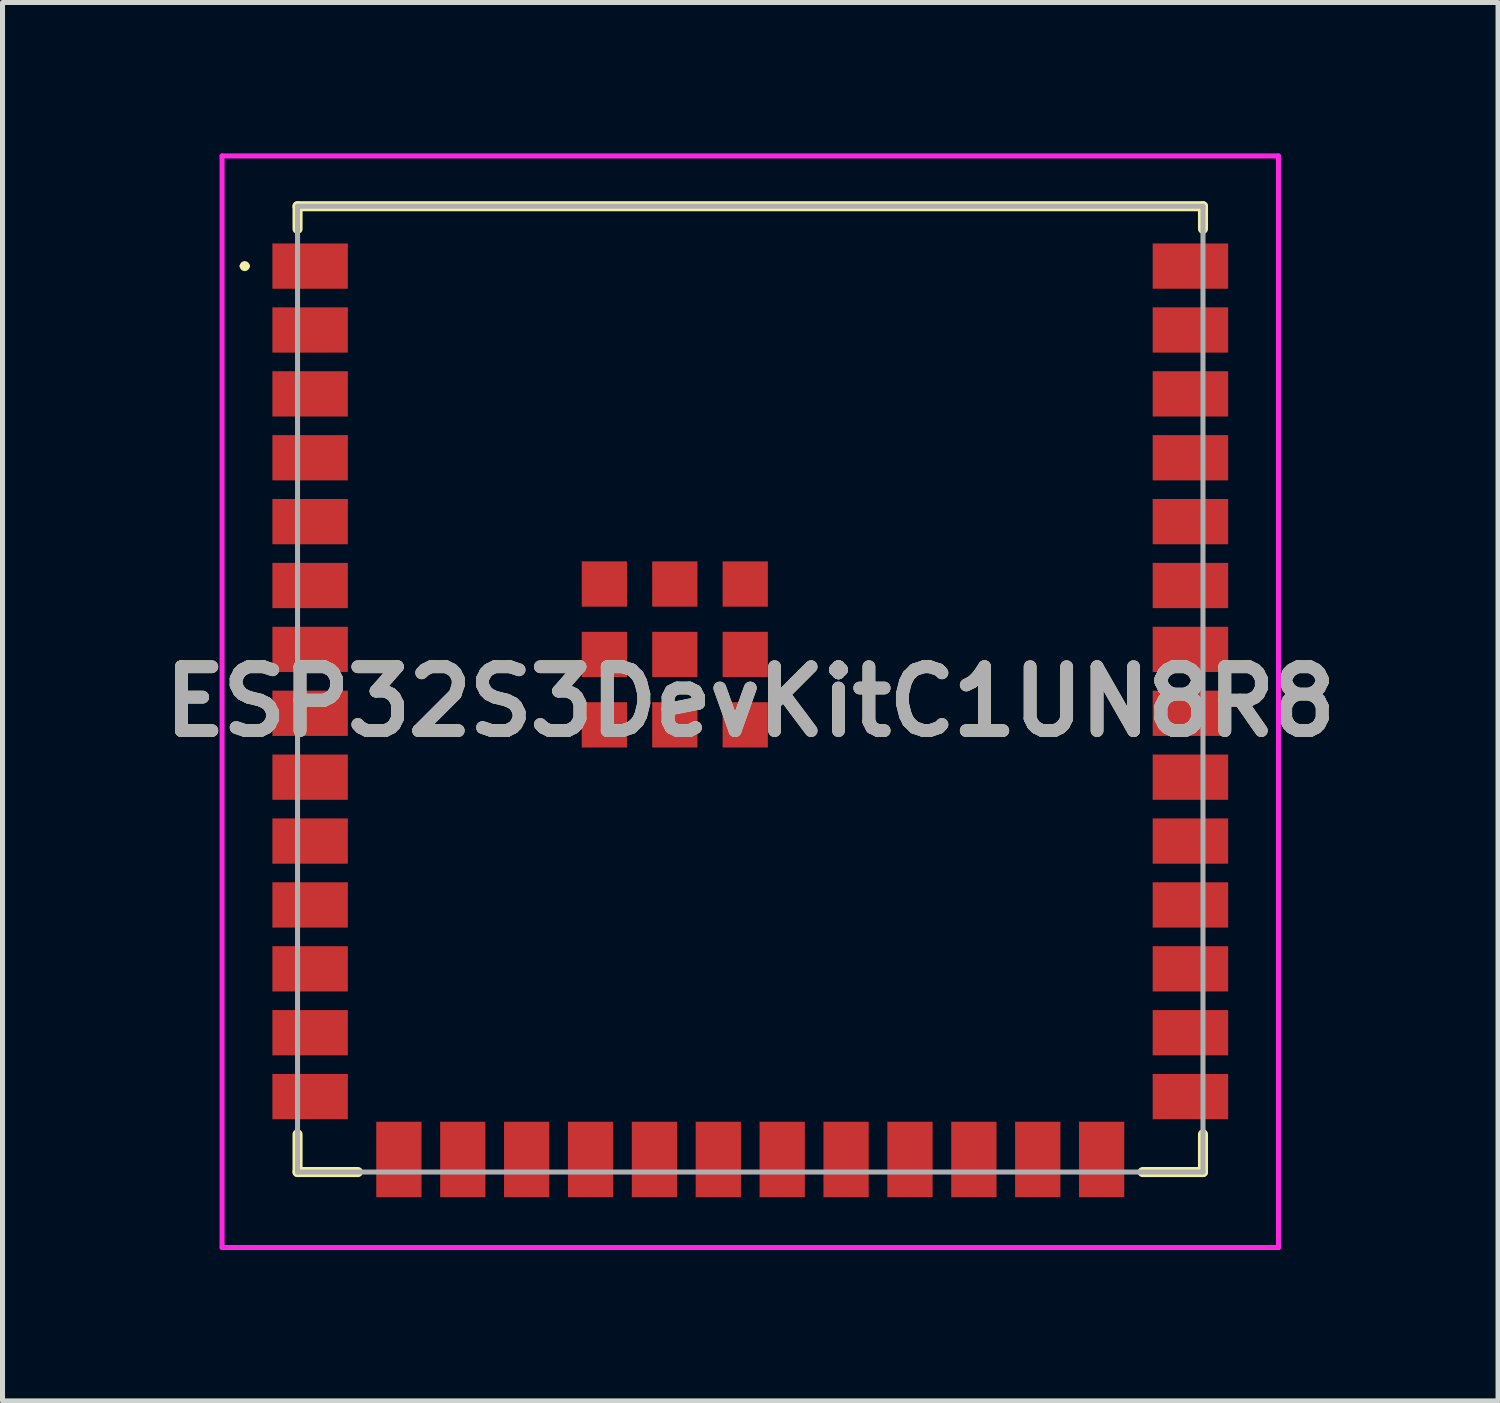
<source format=kicad_pcb>
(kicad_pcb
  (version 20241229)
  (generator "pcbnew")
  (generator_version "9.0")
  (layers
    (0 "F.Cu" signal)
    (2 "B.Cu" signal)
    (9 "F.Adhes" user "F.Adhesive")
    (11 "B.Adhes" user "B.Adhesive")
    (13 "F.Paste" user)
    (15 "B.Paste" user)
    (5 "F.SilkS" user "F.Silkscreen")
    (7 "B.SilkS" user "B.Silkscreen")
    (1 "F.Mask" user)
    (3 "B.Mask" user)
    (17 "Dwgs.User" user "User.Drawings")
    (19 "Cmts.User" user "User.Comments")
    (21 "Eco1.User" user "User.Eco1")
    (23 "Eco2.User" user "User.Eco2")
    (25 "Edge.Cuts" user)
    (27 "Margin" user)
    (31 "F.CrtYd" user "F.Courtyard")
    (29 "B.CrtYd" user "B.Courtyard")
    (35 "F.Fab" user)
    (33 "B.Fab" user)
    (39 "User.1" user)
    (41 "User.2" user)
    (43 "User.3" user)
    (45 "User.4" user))
  (footprint "ESP32S3DevKitC1UN8R8"
    (layer "F.Cu")
    (at 11.865 10.9)
    (property "Reference" "ESP32S3DevKitC1UN8R8" (at 0 0 0) (layer "F.SilkS") (effects (font (size 1.27 1.27) (thickness 0.254))))
    (attr smd)
    (fp_line (start -10.1 -8.66) (end -10.1 -8.66) (stroke (width 0.1) (type solid)) (layer "F.SilkS"))
    (fp_line (start -10 -8.66) (end -10 -8.66) (stroke (width 0.1) (type solid)) (layer "F.SilkS"))
    (fp_line (start -9 -9.85) (end 9 -9.85) (stroke (width 0.2) (type solid)) (layer "F.SilkS"))
    (fp_line (start -9 -9.4) (end -9 -9.85) (stroke (width 0.2) (type solid)) (layer "F.SilkS"))
    (fp_line (start -9 8.6) (end -9 9.35) (stroke (width 0.2) (type solid)) (layer "F.SilkS"))
    (fp_line (start -9 9.35) (end -7.8 9.35) (stroke (width 0.2) (type solid)) (layer "F.SilkS"))
    (fp_line (start 9 -9.85) (end 9 -9.4) (stroke (width 0.2) (type solid)) (layer "F.SilkS"))
    (fp_line (start 9 8.6) (end 9 9.35) (stroke (width 0.2) (type solid)) (layer "F.SilkS"))
    (fp_line (start 9 9.35) (end 7.8 9.35) (stroke (width 0.2) (type solid)) (layer "F.SilkS"))
    (fp_arc (start -10.1 -8.66) (mid -10.05 -8.71) (end -10 -8.66) (stroke (width 0.1) (type solid)) (layer "F.SilkS"))
    (fp_arc (start -10 -8.66) (mid -10.05 -8.61) (end -10.1 -8.66) (stroke (width 0.1) (type solid)) (layer "F.SilkS"))
    (fp_line (start -10.5 -10.85) (end 10.5 -10.85) (stroke (width 0.1) (type solid)) (layer "F.CrtYd"))
    (fp_line (start -10.5 10.85) (end -10.5 -10.85) (stroke (width 0.1) (type solid)) (layer "F.CrtYd"))
    (fp_line (start 10.5 -10.85) (end 10.5 10.85) (stroke (width 0.1) (type solid)) (layer "F.CrtYd"))
    (fp_line (start 10.5 10.85) (end -10.5 10.85) (stroke (width 0.1) (type solid)) (layer "F.CrtYd"))
    (fp_line (start -9 -9.85) (end 9 -9.85) (stroke (width 0.1) (type solid)) (layer "F.Fab"))
    (fp_line (start -9 9.35) (end -9 -9.85) (stroke (width 0.1) (type solid)) (layer "F.Fab"))
    (fp_line (start 9 -9.85) (end 9 9.35) (stroke (width 0.1) (type solid)) (layer "F.Fab"))
    (fp_line (start 9 9.35) (end -9 9.35) (stroke (width 0.1) (type solid)) (layer "F.Fab"))
    (fp_text user "${REFERENCE}" (at 0 0 0) (layer "F.Fab") (effects (font (size 1.27 1.27) (thickness 0.254))))
    (pad "1" smd rect (at -8.75 -8.66 90) (size 0.9 1.5) (layers "F.Cu" "F.Mask" "F.Paste"))
    (pad "2" smd rect (at -8.75 -7.39 90) (size 0.9 1.5) (layers "F.Cu" "F.Mask" "F.Paste"))
    (pad "3" smd rect (at -8.75 -6.12 90) (size 0.9 1.5) (layers "F.Cu" "F.Mask" "F.Paste"))
    (pad "4" smd rect (at -8.75 -4.85 90) (size 0.9 1.5) (layers "F.Cu" "F.Mask" "F.Paste"))
    (pad "5" smd rect (at -8.75 -3.58 90) (size 0.9 1.5) (layers "F.Cu" "F.Mask" "F.Paste"))
    (pad "6" smd rect (at -8.75 -2.31 90) (size 0.9 1.5) (layers "F.Cu" "F.Mask" "F.Paste"))
    (pad "7" smd rect (at -8.75 -1.04 90) (size 0.9 1.5) (layers "F.Cu" "F.Mask" "F.Paste"))
    (pad "8" smd rect (at -8.75 0.23 90) (size 0.9 1.5) (layers "F.Cu" "F.Mask" "F.Paste"))
    (pad "9" smd rect (at -8.75 1.5 90) (size 0.9 1.5) (layers "F.Cu" "F.Mask" "F.Paste"))
    (pad "10" smd rect (at -8.75 2.77 90) (size 0.9 1.5) (layers "F.Cu" "F.Mask" "F.Paste"))
    (pad "11" smd rect (at -8.75 4.04 90) (size 0.9 1.5) (layers "F.Cu" "F.Mask" "F.Paste"))
    (pad "12" smd rect (at -8.75 5.31 90) (size 0.9 1.5) (layers "F.Cu" "F.Mask" "F.Paste"))
    (pad "13" smd rect (at -8.75 6.58 90) (size 0.9 1.5) (layers "F.Cu" "F.Mask" "F.Paste"))
    (pad "14" smd rect (at -8.75 7.85 90) (size 0.9 1.5) (layers "F.Cu" "F.Mask" "F.Paste"))
    (pad "15" smd rect (at -6.985 9.1) (size 0.9 1.5) (layers "F.Cu" "F.Mask" "F.Paste"))
    (pad "16" smd rect (at -5.715 9.1) (size 0.9 1.5) (layers "F.Cu" "F.Mask" "F.Paste"))
    (pad "17" smd rect (at -4.445 9.1) (size 0.9 1.5) (layers "F.Cu" "F.Mask" "F.Paste"))
    (pad "18" smd rect (at -3.175 9.1) (size 0.9 1.5) (layers "F.Cu" "F.Mask" "F.Paste"))
    (pad "19" smd rect (at -1.905 9.1) (size 0.9 1.5) (layers "F.Cu" "F.Mask" "F.Paste"))
    (pad "20" smd rect (at -0.635 9.1) (size 0.9 1.5) (layers "F.Cu" "F.Mask" "F.Paste"))
    (pad "21" smd rect (at 0.635 9.1) (size 0.9 1.5) (layers "F.Cu" "F.Mask" "F.Paste"))
    (pad "22" smd rect (at 1.905 9.1) (size 0.9 1.5) (layers "F.Cu" "F.Mask" "F.Paste"))
    (pad "23" smd rect (at 3.175 9.1) (size 0.9 1.5) (layers "F.Cu" "F.Mask" "F.Paste"))
    (pad "24" smd rect (at 4.445 9.1) (size 0.9 1.5) (layers "F.Cu" "F.Mask" "F.Paste"))
    (pad "25" smd rect (at 5.715 9.1) (size 0.9 1.5) (layers "F.Cu" "F.Mask" "F.Paste"))
    (pad "26" smd rect (at 6.985 9.1) (size 0.9 1.5) (layers "F.Cu" "F.Mask" "F.Paste"))
    (pad "27" smd rect (at 8.75 7.85 90) (size 0.9 1.5) (layers "F.Cu" "F.Mask" "F.Paste"))
    (pad "28" smd rect (at 8.75 6.58 90) (size 0.9 1.5) (layers "F.Cu" "F.Mask" "F.Paste"))
    (pad "29" smd rect (at 8.75 5.31 90) (size 0.9 1.5) (layers "F.Cu" "F.Mask" "F.Paste"))
    (pad "30" smd rect (at 8.75 4.04 90) (size 0.9 1.5) (layers "F.Cu" "F.Mask" "F.Paste"))
    (pad "31" smd rect (at 8.75 2.77 90) (size 0.9 1.5) (layers "F.Cu" "F.Mask" "F.Paste"))
    (pad "32" smd rect (at 8.75 1.5 90) (size 0.9 1.5) (layers "F.Cu" "F.Mask" "F.Paste"))
    (pad "33" smd rect (at 8.75 0.23 90) (size 0.9 1.5) (layers "F.Cu" "F.Mask" "F.Paste"))
    (pad "34" smd rect (at 8.75 -1.04 90) (size 0.9 1.5) (layers "F.Cu" "F.Mask" "F.Paste"))
    (pad "35" smd rect (at 8.75 -2.31 90) (size 0.9 1.5) (layers "F.Cu" "F.Mask" "F.Paste"))
    (pad "36" smd rect (at 8.75 -3.58 90) (size 0.9 1.5) (layers "F.Cu" "F.Mask" "F.Paste"))
    (pad "37" smd rect (at 8.75 -4.85 90) (size 0.9 1.5) (layers "F.Cu" "F.Mask" "F.Paste"))
    (pad "38" smd rect (at 8.75 -6.12 90) (size 0.9 1.5) (layers "F.Cu" "F.Mask" "F.Paste"))
    (pad "39" smd rect (at 8.75 -7.39 90) (size 0.9 1.5) (layers "F.Cu" "F.Mask" "F.Paste"))
    (pad "40" smd rect (at 8.75 -8.66 90) (size 0.9 1.5) (layers "F.Cu" "F.Mask" "F.Paste"))
    (pad "41" smd rect (at -1.5 -0.94) (size 0.9 0.9) (layers "F.Cu" "F.Mask" "F.Paste"))
    (pad "42" smd rect (at -1.5 -2.34) (size 0.9 0.9) (layers "F.Cu" "F.Mask" "F.Paste"))
    (pad "43" smd rect (at -2.9 -2.34) (size 0.9 0.9) (layers "F.Cu" "F.Mask" "F.Paste"))
    (pad "44" smd rect (at -2.9 -0.94) (size 0.9 0.9) (layers "F.Cu" "F.Mask" "F.Paste"))
    (pad "45" smd rect (at -2.9 0.46) (size 0.9 0.9) (layers "F.Cu" "F.Mask" "F.Paste"))
    (pad "46" smd rect (at -1.5 0.46) (size 0.9 0.9) (layers "F.Cu" "F.Mask" "F.Paste"))
    (pad "47" smd rect (at -0.1 0.46) (size 0.9 0.9) (layers "F.Cu" "F.Mask" "F.Paste"))
    (pad "48" smd rect (at -0.1 -0.94) (size 0.9 0.9) (layers "F.Cu" "F.Mask" "F.Paste"))
    (pad "49" smd rect (at -0.1 -2.34) (size 0.9 0.9) (layers "F.Cu" "F.Mask" "F.Paste")))
  (gr_rect
    (start -3 -3)
    (end 26.731 24.8)
    (stroke (width 0.1) (type default))
    (fill no)
    (layer "Edge.Cuts")))
</source>
